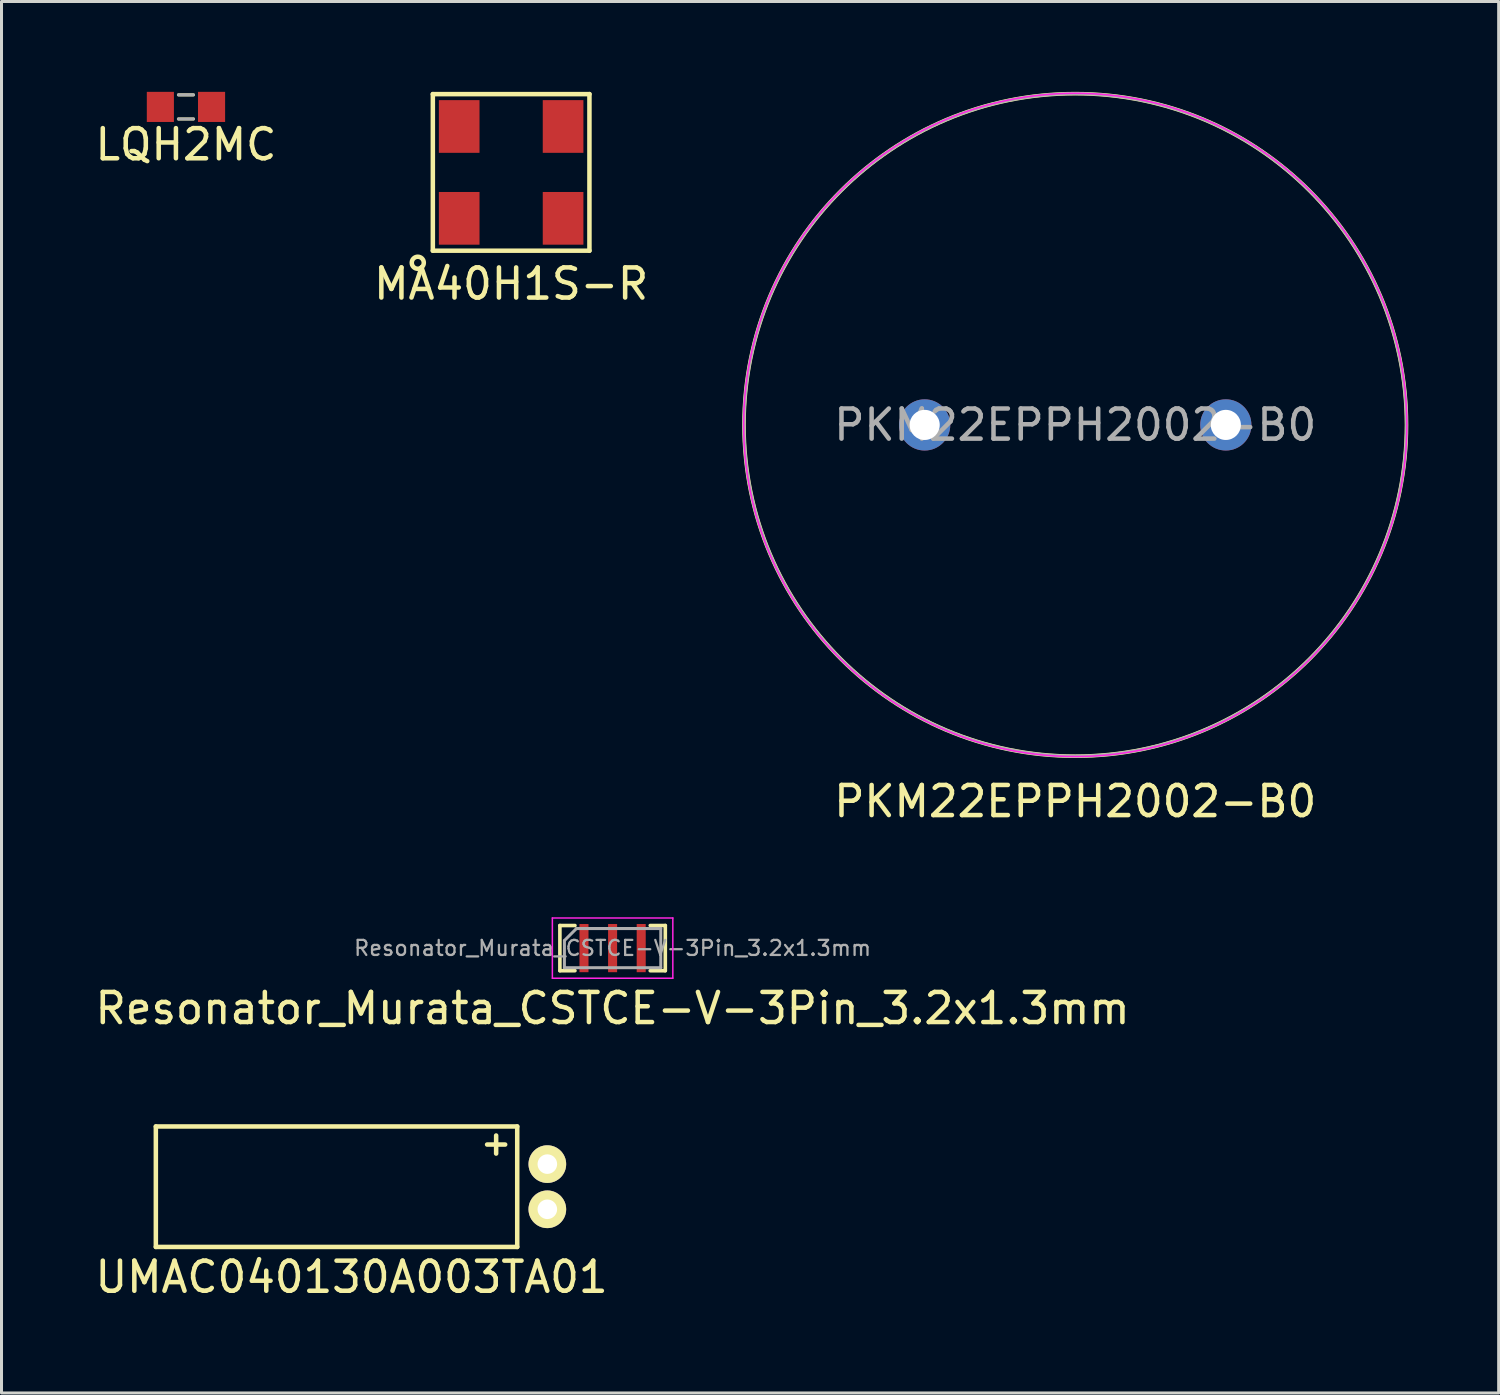
<source format=kicad_pcb>
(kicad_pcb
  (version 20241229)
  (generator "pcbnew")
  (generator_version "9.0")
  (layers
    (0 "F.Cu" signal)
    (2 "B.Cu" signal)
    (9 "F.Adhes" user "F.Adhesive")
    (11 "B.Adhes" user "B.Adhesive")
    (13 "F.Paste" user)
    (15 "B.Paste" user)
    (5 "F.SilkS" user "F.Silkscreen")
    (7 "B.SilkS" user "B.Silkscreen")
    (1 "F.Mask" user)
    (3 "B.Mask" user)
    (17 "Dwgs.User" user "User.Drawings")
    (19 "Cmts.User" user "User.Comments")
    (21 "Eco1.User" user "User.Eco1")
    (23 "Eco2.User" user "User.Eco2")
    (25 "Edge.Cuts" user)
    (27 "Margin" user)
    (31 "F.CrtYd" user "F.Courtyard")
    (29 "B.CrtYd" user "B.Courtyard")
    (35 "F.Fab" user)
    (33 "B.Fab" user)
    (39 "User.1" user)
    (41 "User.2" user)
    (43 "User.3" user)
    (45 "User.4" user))
  (footprint "Resonator_Murata_CSTCE-V-3Pin_3.2x1.3mm"
    (layer "F.Cu")
    (at 17.292 28.433)
    (property "Reference" "Resonator_Murata_CSTCE-V-3Pin_3.2x1.3mm" (at 0 2 0) (layer "F.SilkS") (effects (font (size 1 1) (thickness 0.15))))
    (attr through_hole)
    (fp_line (start -1.75 -0.75) (end -1.25 -0.75) (stroke (width 0.12) (type solid)) (layer "F.SilkS"))
    (fp_line (start -1.75 0.75) (end -1.75 -0.75) (stroke (width 0.12) (type solid)) (layer "F.SilkS"))
    (fp_line (start -1.25 0.75) (end -1.75 0.75) (stroke (width 0.12) (type solid)) (layer "F.SilkS"))
    (fp_line (start 1.25 -0.75) (end 1.75 -0.75) (stroke (width 0.12) (type solid)) (layer "F.SilkS"))
    (fp_line (start 1.75 -0.75) (end 1.75 0.75) (stroke (width 0.12) (type solid)) (layer "F.SilkS"))
    (fp_line (start 1.75 0.75) (end 1.25 0.75) (stroke (width 0.12) (type solid)) (layer "F.SilkS"))
    (fp_line (start -2 -1) (end 2 -1) (stroke (width 0.05) (type solid)) (layer "F.CrtYd"))
    (fp_line (start -2 1) (end -2 -1) (stroke (width 0.05) (type solid)) (layer "F.CrtYd"))
    (fp_line (start 2 -1) (end 2 1) (stroke (width 0.05) (type solid)) (layer "F.CrtYd"))
    (fp_line (start 2 1) (end -2 1) (stroke (width 0.05) (type solid)) (layer "F.CrtYd"))
    (fp_line (start -1.6 -0.25) (end -1.2 -0.65) (stroke (width 0.1) (type solid)) (layer "F.Fab"))
    (fp_line (start -1.6 0.65) (end -1.6 -0.25) (stroke (width 0.1) (type solid)) (layer "F.Fab"))
    (fp_line (start -1.2 -0.65) (end 1.6 -0.65) (stroke (width 0.1) (type solid)) (layer "F.Fab"))
    (fp_line (start 1.6 -0.65) (end 1.6 0.65) (stroke (width 0.1) (type solid)) (layer "F.Fab"))
    (fp_line (start 1.6 0.65) (end -1.6 0.65) (stroke (width 0.1) (type solid)) (layer "F.Fab"))
    (fp_text user "${REFERENCE}" (at 0 0 0) (layer "F.Fab") (effects (font (size 0.5 0.5) (thickness 0.075))))
    (pad "1" smd rect (at -0.95 0) (size 0.3 1.6) (layers "F.Cu" "F.Mask" "F.Paste"))
    (pad "2" smd rect (at 0 0) (size 0.3 1.6) (layers "F.Cu" "F.Mask" "F.Paste"))
    (pad "3" smd rect (at 0.95 0) (size 0.3 1.6) (layers "F.Cu" "F.Mask" "F.Paste")))
  (footprint "LQH2MC"
    (layer "F.Cu")
    (at 3.125 0.5)
    (property "Reference" "LQH2MC" (at 0 1.25 0) (layer "F.SilkS") (effects (font (size 1 1) (thickness 0.15))))
    (attr through_hole)
    (fp_line (start -0.25 -0.4) (end 0.25 -0.4) (stroke (width 0.1) (type solid)) (layer "F.SilkS"))
    (fp_line (start -0.25 0.4) (end 0.25 0.4) (stroke (width 0.1) (type solid)) (layer "F.SilkS"))
    (fp_line (start -0.25 -0.4) (end 0.25 -0.4) (stroke (width 0.1) (type solid)) (layer "F.Fab"))
    (fp_line (start -0.25 0.4) (end 0.25 0.4) (stroke (width 0.1) (type solid)) (layer "F.Fab"))
    (pad "1" smd rect (at -0.85 0) (size 0.9 1) (layers "F.Cu" "F.Mask" "F.Paste"))
    (pad "2" smd rect (at 0.85 0) (size 0.9 1) (layers "F.Cu" "F.Mask" "F.Paste")))
  (footprint "MA40H1S-R"
    (layer "F.Cu")
    (at 13.923 2.675)
    (property "Reference" "MA40H1S-R" (at 0 3.7 0) (layer "F.SilkS") (effects (font (size 1 1) (thickness 0.15))))
    (attr through_hole)
    (fp_line (start -2.6 -2.6) (end 2.6 -2.6) (stroke (width 0.15) (type solid)) (layer "F.SilkS"))
    (fp_line (start -2.6 2.6) (end -2.6 -2.6) (stroke (width 0.15) (type solid)) (layer "F.SilkS"))
    (fp_line (start 2.6 -2.6) (end 2.6 2.6) (stroke (width 0.15) (type solid)) (layer "F.SilkS"))
    (fp_line (start 2.6 2.6) (end -2.6 2.6) (stroke (width 0.15) (type solid)) (layer "F.SilkS"))
    (fp_circle (center -3.1 3) (end -3.1 2.8) (stroke (width 0.15) (type solid)) (fill no) (layer "F.SilkS"))
    (pad "1" smd rect (at -1.725 1.525) (size 1.35 1.75) (layers "F.Cu" "F.Mask" "F.Paste"))
    (pad "2" smd rect (at 1.725 1.525) (size 1.35 1.75) (layers "F.Cu" "F.Mask" "F.Paste"))
    (pad "3" smd rect (at 1.725 -1.525) (size 1.35 1.75) (layers "F.Cu" "F.Mask" "F.Paste"))
    (pad "4" smd rect (at -1.725 -1.525) (size 1.35 1.75) (layers "F.Cu" "F.Mask" "F.Paste")))
  (footprint "UMAC040130A003TA01"
    (layer "F.Cu")
    (at 8.625 36.356)
    (property "Reference" "UMAC040130A003TA01" (at 0 3 0) (layer "F.SilkS") (effects (font (size 1 1) (thickness 0.15))))
    (attr through_hole)
    (fp_line (start -6.5 -2) (end 5.5 -2) (stroke (width 0.15) (type solid)) (layer "F.SilkS"))
    (fp_line (start -6.5 2) (end -6.5 -2) (stroke (width 0.15) (type solid)) (layer "F.SilkS"))
    (fp_line (start 4.5 -1.4) (end 5.1 -1.4) (stroke (width 0.15) (type solid)) (layer "F.SilkS"))
    (fp_line (start 4.8 -1.7) (end 4.8 -1.1) (stroke (width 0.15) (type solid)) (layer "F.SilkS"))
    (fp_line (start 5.5 -2) (end 5.5 2) (stroke (width 0.15) (type solid)) (layer "F.SilkS"))
    (fp_line (start 5.5 2) (end -6.5 2) (stroke (width 0.15) (type solid)) (layer "F.SilkS"))
    (pad "1" thru_hole circle (at 6.5 -0.75) (size 1.25 1.25) (drill 0.65) (layers "*.Cu" "*.Mask" "F.SilkS"))
    (pad "2" thru_hole circle (at 6.5 0.75) (size 1.25 1.25) (drill 0.65) (layers "*.Cu" "*.Mask" "F.SilkS")))
  (footprint "PKM22EPPH2002-B0"
    (layer "F.Cu")
    (at 32.655 11.06)
    (property "Reference" "PKM22EPPH2002-B0" (at 0 12.5 0) (layer "F.SilkS") (effects (font (size 1 1) (thickness 0.15))))
    (attr through_hole)
    (fp_circle (center 0 0) (end 11 0) (stroke (width 0.12) (type solid)) (fill no) (layer "F.SilkS"))
    (fp_circle (center 0 0) (end 11 0.5) (stroke (width 0.05) (type solid)) (fill no) (layer "F.CrtYd"))
    (fp_circle (center 0 0) (end 11 0) (stroke (width 0.1) (type solid)) (fill no) (layer "F.Fab"))
    (fp_text user "${REFERENCE}" (at 0 0 0) (layer "F.Fab") (effects (font (size 1 1) (thickness 0.15))))
    (pad "1" thru_hole circle (at -5 0) (size 1.7 1.7) (drill 1) (layers "*.Cu" "*.Mask"))
    (pad "2" thru_hole circle (at 5 0) (size 1.7 1.7) (drill 1) (layers "*.Cu" "*.Mask")))
  (gr_rect
    (start -3 -3)
    (end 46.715 43.205)
    (stroke (width 0.1) (type default))
    (fill no)
    (layer "Edge.Cuts")))
</source>
